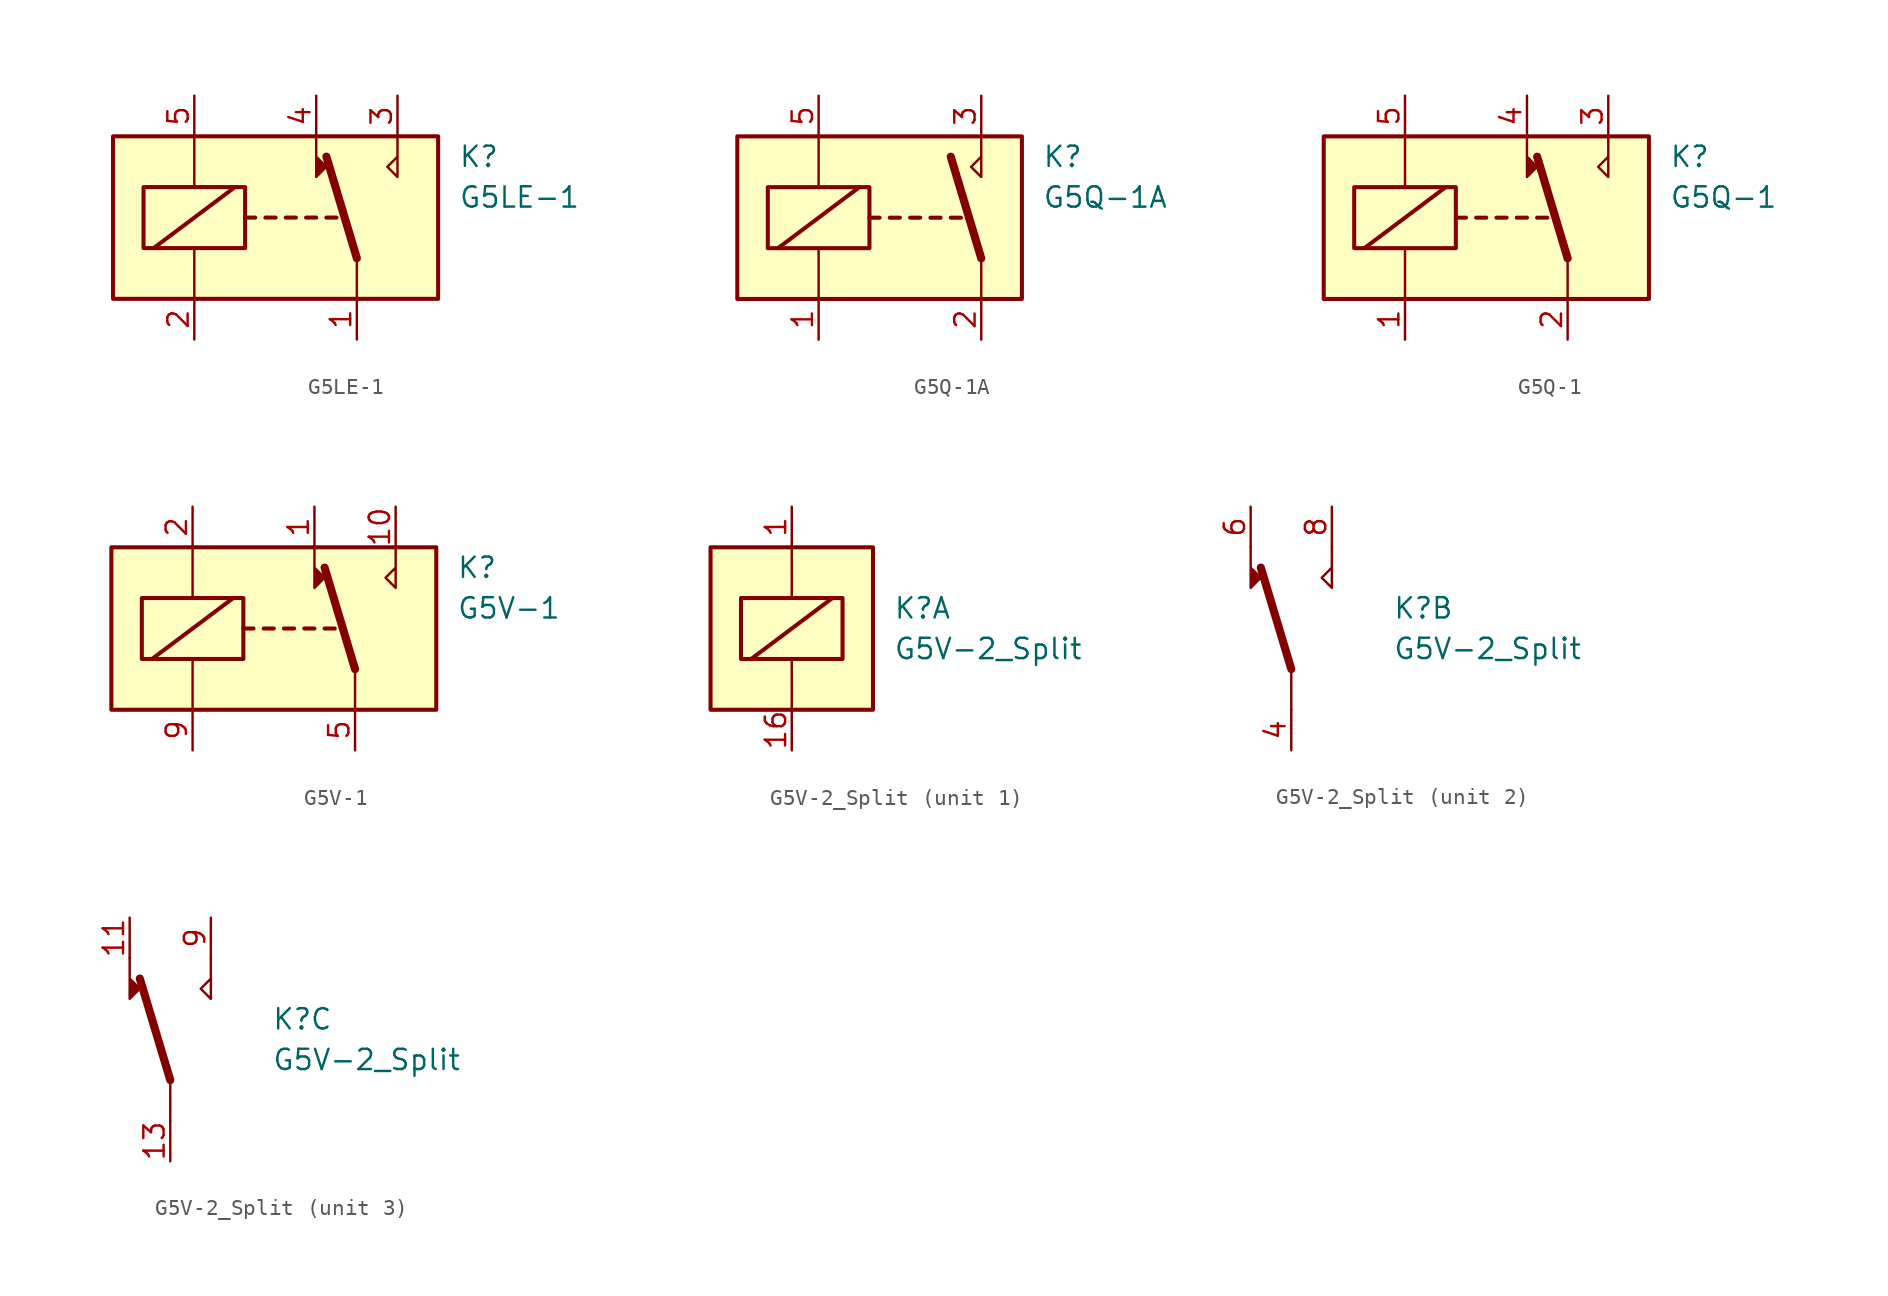
<source format=kicad_sym>
(kicad_symbol_lib
  (version 20201005)
  (generator kicad_symbol_editor)
  (symbol "Relay:G5LE-1"
    (property "Reference" "K"
      (at 11.43 3.81 0)
      (effects (font (size 1.27 1.27)) (justify left)))
    (property "Value" "G5LE-1"
      (at 11.43 1.27 0)
      (effects (font (size 1.27 1.27)) (justify left)))
    (symbol "G5LE-1_0_0"
      (polyline (pts (xy 7.62 5.08) (xy 7.62 2.54) (xy 6.985 3.175) (xy 7.62 3.81)) (stroke (width 0)) (fill (type none))))
    (symbol "G5LE-1_0_1"
      (rectangle (start -10.16 5.08) (end 10.16 -5.08) (stroke (width 0.254)) (fill (type background)))
      (rectangle (start -8.255 1.905) (end -1.905 -1.905) (stroke (width 0.254)) (fill (type none)))
      (polyline (pts (xy -7.62 -1.905) (xy -2.54 1.905)) (stroke (width 0.254)) (fill (type none)))
      (polyline (pts (xy -5.08 -5.08) (xy -5.08 -1.905)) (stroke (width 0)) (fill (type none)))
      (polyline (pts (xy -5.08 5.08) (xy -5.08 1.905)) (stroke (width 0)) (fill (type none)))
      (polyline (pts (xy -1.905 0) (xy -1.27 0)) (stroke (width 0.254)) (fill (type none)))
      (polyline (pts (xy -0.635 0) (xy 0 0)) (stroke (width 0.254)) (fill (type none)))
      (polyline (pts (xy 0.635 0) (xy 1.27 0)) (stroke (width 0.254)) (fill (type none)))
      (polyline (pts (xy 1.905 0) (xy 2.54 0)) (stroke (width 0.254)) (fill (type none)))
      (polyline (pts (xy 3.175 0) (xy 3.81 0)) (stroke (width 0.254)) (fill (type none)))
      (polyline (pts (xy 5.08 -2.54) (xy 3.175 3.81)) (stroke (width 0.508)) (fill (type none)))
      (polyline (pts (xy 5.08 -2.54) (xy 5.08 -5.08)) (stroke (width 0)) (fill (type none)))
      (polyline (pts (xy 2.54 5.08) (xy 2.54 2.54) (xy 3.175 3.175) (xy 2.54 3.81)) (stroke (width 0)) (fill (type outline))))
    (symbol "G5LE-1_1_1"
      (pin passive line (at 5.08 -7.62 90) (length 2.54) (name "~" (effects (font (size 1.27 1.27)))) (number "1" (effects (font (size 1.27 1.27)))))
      (pin passive line (at -5.08 -7.62 90) (length 2.54) (name "~" (effects (font (size 1.27 1.27)))) (number "2" (effects (font (size 1.27 1.27)))))
      (pin passive line (at 7.62 7.62 270) (length 2.54) (name "~" (effects (font (size 1.27 1.27)))) (number "3" (effects (font (size 1.27 1.27)))))
      (pin passive line (at 2.54 7.62 270) (length 2.54) (name "~" (effects (font (size 1.27 1.27)))) (number "4" (effects (font (size 1.27 1.27)))))
      (pin passive line (at -5.08 7.62 270) (length 2.54) (name "~" (effects (font (size 1.27 1.27)))) (number "5" (effects (font (size 1.27 1.27)))))))
  (symbol "Relay:G5Q-1A"
    (property "Reference" "K"
      (at 8.89 3.81 0)
      (effects (font (size 1.27 1.27)) (justify left)))
    (property "Value" "G5Q-1A"
      (at 8.89 1.27 0)
      (effects (font (size 1.27 1.27)) (justify left)))
    (symbol "G5Q-1A_0_0"
      (polyline (pts (xy 5.08 5.08) (xy 5.08 2.54) (xy 4.445 3.175) (xy 5.08 3.81)) (stroke (width 0)) (fill (type none))))
    (symbol "G5Q-1A_0_1"
      (rectangle (start -10.16 5.08) (end 7.62 -5.08) (stroke (width 0.254)) (fill (type background)))
      (rectangle (start -8.255 1.905) (end -1.905 -1.905) (stroke (width 0.254)) (fill (type none)))
      (polyline (pts (xy -7.62 -1.905) (xy -2.54 1.905)) (stroke (width 0.254)) (fill (type none)))
      (polyline (pts (xy -5.08 -5.08) (xy -5.08 -1.905)) (stroke (width 0)) (fill (type none)))
      (polyline (pts (xy -5.08 5.08) (xy -5.08 1.905)) (stroke (width 0)) (fill (type none)))
      (polyline (pts (xy -1.905 0) (xy -1.27 0)) (stroke (width 0.254)) (fill (type none)))
      (polyline (pts (xy -0.635 0) (xy 0 0)) (stroke (width 0.254)) (fill (type none)))
      (polyline (pts (xy 0.635 0) (xy 1.27 0)) (stroke (width 0.254)) (fill (type none)))
      (polyline (pts (xy 1.905 0) (xy 2.54 0)) (stroke (width 0.254)) (fill (type none)))
      (polyline (pts (xy 3.175 0) (xy 3.81 0)) (stroke (width 0.254)) (fill (type none)))
      (polyline (pts (xy 5.08 -2.54) (xy 3.175 3.81)) (stroke (width 0.508)) (fill (type none)))
      (polyline (pts (xy 5.08 -2.54) (xy 5.08 -5.08)) (stroke (width 0)) (fill (type none))))
    (symbol "G5Q-1A_1_1"
      (pin passive line (at -5.08 -7.62 90) (length 2.54) (name "~" (effects (font (size 1.27 1.27)))) (number "1" (effects (font (size 1.27 1.27)))))
      (pin passive line (at 5.08 -7.62 90) (length 2.54) (name "~" (effects (font (size 1.27 1.27)))) (number "2" (effects (font (size 1.27 1.27)))))
      (pin passive line (at 5.08 7.62 270) (length 2.54) (name "~" (effects (font (size 1.27 1.27)))) (number "3" (effects (font (size 1.27 1.27)))))
      (pin passive line (at -5.08 7.62 270) (length 2.54) (name "~" (effects (font (size 1.27 1.27)))) (number "5" (effects (font (size 1.27 1.27)))))))
  (symbol "Relay:G5Q-1"
    (property "Reference" "K"
      (at 11.43 3.81 0)
      (effects (font (size 1.27 1.27)) (justify left)))
    (property "Value" "G5Q-1"
      (at 11.43 1.27 0)
      (effects (font (size 1.27 1.27)) (justify left)))
    (symbol "G5Q-1_0_0"
      (polyline (pts (xy 7.62 5.08) (xy 7.62 2.54) (xy 6.985 3.175) (xy 7.62 3.81)) (stroke (width 0)) (fill (type none))))
    (symbol "G5Q-1_0_1"
      (rectangle (start -10.16 5.08) (end 10.16 -5.08) (stroke (width 0.254)) (fill (type background)))
      (rectangle (start -8.255 1.905) (end -1.905 -1.905) (stroke (width 0.254)) (fill (type none)))
      (polyline (pts (xy -7.62 -1.905) (xy -2.54 1.905)) (stroke (width 0.254)) (fill (type none)))
      (polyline (pts (xy -5.08 -5.08) (xy -5.08 -1.905)) (stroke (width 0)) (fill (type none)))
      (polyline (pts (xy -5.08 5.08) (xy -5.08 1.905)) (stroke (width 0)) (fill (type none)))
      (polyline (pts (xy -1.905 0) (xy -1.27 0)) (stroke (width 0.254)) (fill (type none)))
      (polyline (pts (xy -0.635 0) (xy 0 0)) (stroke (width 0.254)) (fill (type none)))
      (polyline (pts (xy 0.635 0) (xy 1.27 0)) (stroke (width 0.254)) (fill (type none)))
      (polyline (pts (xy 1.905 0) (xy 2.54 0)) (stroke (width 0.254)) (fill (type none)))
      (polyline (pts (xy 3.175 0) (xy 3.81 0)) (stroke (width 0.254)) (fill (type none)))
      (polyline (pts (xy 5.08 -2.54) (xy 3.175 3.81)) (stroke (width 0.508)) (fill (type none)))
      (polyline (pts (xy 5.08 -2.54) (xy 5.08 -5.08)) (stroke (width 0)) (fill (type none)))
      (polyline (pts (xy 2.54 5.08) (xy 2.54 2.54) (xy 3.175 3.175) (xy 2.54 3.81)) (stroke (width 0)) (fill (type outline))))
    (symbol "G5Q-1_1_1"
      (pin passive line (at -5.08 -7.62 90) (length 2.54) (name "~" (effects (font (size 1.27 1.27)))) (number "1" (effects (font (size 1.27 1.27)))))
      (pin passive line (at 5.08 -7.62 90) (length 2.54) (name "~" (effects (font (size 1.27 1.27)))) (number "2" (effects (font (size 1.27 1.27)))))
      (pin passive line (at 7.62 7.62 270) (length 2.54) (name "~" (effects (font (size 1.27 1.27)))) (number "3" (effects (font (size 1.27 1.27)))))
      (pin passive line (at 2.54 7.62 270) (length 2.54) (name "~" (effects (font (size 1.27 1.27)))) (number "4" (effects (font (size 1.27 1.27)))))
      (pin passive line (at -5.08 7.62 270) (length 2.54) (name "~" (effects (font (size 1.27 1.27)))) (number "5" (effects (font (size 1.27 1.27)))))))
  (symbol "Relay:G5V-1"
    (property "Reference" "K"
      (at 11.43 3.81 0)
      (effects (font (size 1.27 1.27)) (justify left)))
    (property "Value" "G5V-1"
      (at 11.43 1.27 0)
      (effects (font (size 1.27 1.27)) (justify left)))
    (symbol "G5V-1_0_0"
      (polyline (pts (xy 7.62 5.08) (xy 7.62 2.54) (xy 6.985 3.175) (xy 7.62 3.81)) (stroke (width 0)) (fill (type none))))
    (symbol "G5V-1_0_1"
      (rectangle (start -10.16 5.08) (end 10.16 -5.08) (stroke (width 0.254)) (fill (type background)))
      (rectangle (start -8.255 1.905) (end -1.905 -1.905) (stroke (width 0.254)) (fill (type none)))
      (polyline (pts (xy -7.62 -1.905) (xy -2.54 1.905)) (stroke (width 0.254)) (fill (type none)))
      (polyline (pts (xy -5.08 -5.08) (xy -5.08 -1.905)) (stroke (width 0)) (fill (type none)))
      (polyline (pts (xy -5.08 5.08) (xy -5.08 1.905)) (stroke (width 0)) (fill (type none)))
      (polyline (pts (xy -1.905 0) (xy -1.27 0)) (stroke (width 0.254)) (fill (type none)))
      (polyline (pts (xy -0.635 0) (xy 0 0)) (stroke (width 0.254)) (fill (type none)))
      (polyline (pts (xy 0.635 0) (xy 1.27 0)) (stroke (width 0.254)) (fill (type none)))
      (polyline (pts (xy 1.905 0) (xy 2.54 0)) (stroke (width 0.254)) (fill (type none)))
      (polyline (pts (xy 3.175 0) (xy 3.81 0)) (stroke (width 0.254)) (fill (type none)))
      (polyline (pts (xy 5.08 -2.54) (xy 3.175 3.81)) (stroke (width 0.508)) (fill (type none)))
      (polyline (pts (xy 5.08 -2.54) (xy 5.08 -5.08)) (stroke (width 0)) (fill (type none)))
      (polyline (pts (xy 2.54 5.08) (xy 2.54 2.54) (xy 3.175 3.175) (xy 2.54 3.81)) (stroke (width 0)) (fill (type outline))))
    (symbol "G5V-1_1_1"
      (pin passive line (at 2.54 7.62 270) (length 2.54) (name "~" (effects (font (size 1.27 1.27)))) (number "1" (effects (font (size 1.27 1.27)))))
      (pin passive line (at 7.62 7.62 270) (length 2.54) (name "~" (effects (font (size 1.27 1.27)))) (number "10" (effects (font (size 1.27 1.27)))))
      (pin passive line (at -5.08 7.62 270) (length 2.54) (name "~" (effects (font (size 1.27 1.27)))) (number "2" (effects (font (size 1.27 1.27)))))
      (pin passive line (at 5.08 -7.62 90) (length 2.54) (name "~" (effects (font (size 1.27 1.27)))) (number "5" (effects (font (size 1.27 1.27)))))
      (pin passive line (at 5.08 -7.62 90) (length 2.54) hide (name "~" (effects (font (size 1.27 1.27)))) (number "6" (effects (font (size 1.27 1.27)))))
      (pin passive line (at -5.08 -7.62 90) (length 2.54) (name "~" (effects (font (size 1.27 1.27)))) (number "9" (effects (font (size 1.27 1.27)))))))
  (symbol "Relay:G5V-2_Split"
    (property "Reference" "K"
      (at 6.35 1.27 0)
      (effects (font (size 1.27 1.27)) (justify left)))
    (property "Value" "G5V-2_Split"
      (at 6.35 -1.27 0)
      (effects (font (size 1.27 1.27)) (justify left)))
    (property "ki_locked" ""
      (at 0 0 0)
      (effects (font (size 1.27 1.27))))
    (symbol "G5V-2_Split_1_1"
      (rectangle (start -5.08 5.08) (end 5.08 -5.08) (stroke (width 0.254)) (fill (type background)))
      (rectangle (start -3.175 1.905) (end 3.175 -1.905) (stroke (width 0.254)) (fill (type none)))
      (polyline (pts (xy -2.54 -1.905) (xy 2.54 1.905)) (stroke (width 0.254)) (fill (type none)))
      (polyline (pts (xy 0 -5.08) (xy 0 -1.905)) (stroke (width 0)) (fill (type none)))
      (polyline (pts (xy 0 5.08) (xy 0 1.905)) (stroke (width 0)) (fill (type none)))
      (pin passive line (at 0 7.62 270) (length 2.54) (name "~" (effects (font (size 1.27 1.27)))) (number "1" (effects (font (size 1.27 1.27)))))
      (pin passive line (at 0 -7.62 90) (length 2.54) (name "~" (effects (font (size 1.27 1.27)))) (number "16" (effects (font (size 1.27 1.27))))))
    (symbol "G5V-2_Split_2_1"
      (polyline (pts (xy 0 -2.54) (xy -1.905 3.81)) (stroke (width 0.508)) (fill (type none)))
      (polyline (pts (xy 0 -2.54) (xy 0 -5.08)) (stroke (width 0)) (fill (type none)))
      (polyline (pts (xy -2.54 5.08) (xy -2.54 2.54) (xy -1.905 3.175) (xy -2.54 3.81)) (stroke (width 0)) (fill (type outline)))
      (polyline (pts (xy 2.54 5.08) (xy 2.54 2.54) (xy 1.905 3.175) (xy 2.54 3.81)) (stroke (width 0)) (fill (type none)))
      (pin passive line (at 0 -7.62 90) (length 2.54) (name "~" (effects (font (size 1.27 1.27)))) (number "4" (effects (font (size 1.27 1.27)))))
      (pin passive line (at -2.54 7.62 270) (length 2.54) (name "~" (effects (font (size 1.27 1.27)))) (number "6" (effects (font (size 1.27 1.27)))))
      (pin passive line (at 2.54 7.62 270) (length 2.54) (name "~" (effects (font (size 1.27 1.27)))) (number "8" (effects (font (size 1.27 1.27))))))
    (symbol "G5V-2_Split_3_1"
      (polyline (pts (xy 0 -2.54) (xy -1.905 3.81)) (stroke (width 0.508)) (fill (type none)))
      (polyline (pts (xy 0 -2.54) (xy 0 -5.08)) (stroke (width 0)) (fill (type none)))
      (polyline (pts (xy -2.54 5.08) (xy -2.54 2.54) (xy -1.905 3.175) (xy -2.54 3.81)) (stroke (width 0)) (fill (type outline)))
      (polyline (pts (xy 2.54 5.08) (xy 2.54 2.54) (xy 1.905 3.175) (xy 2.54 3.81)) (stroke (width 0)) (fill (type none)))
      (pin passive line (at -2.54 7.62 270) (length 2.54) (name "~" (effects (font (size 1.27 1.27)))) (number "11" (effects (font (size 1.27 1.27)))))
      (pin passive line (at 0 -7.62 90) (length 2.54) (name "~" (effects (font (size 1.27 1.27)))) (number "13" (effects (font (size 1.27 1.27)))))
      (pin passive line (at 2.54 7.62 270) (length 2.54) (name "~" (effects (font (size 1.27 1.27)))) (number "9" (effects (font (size 1.27 1.27))))))))
</source>
